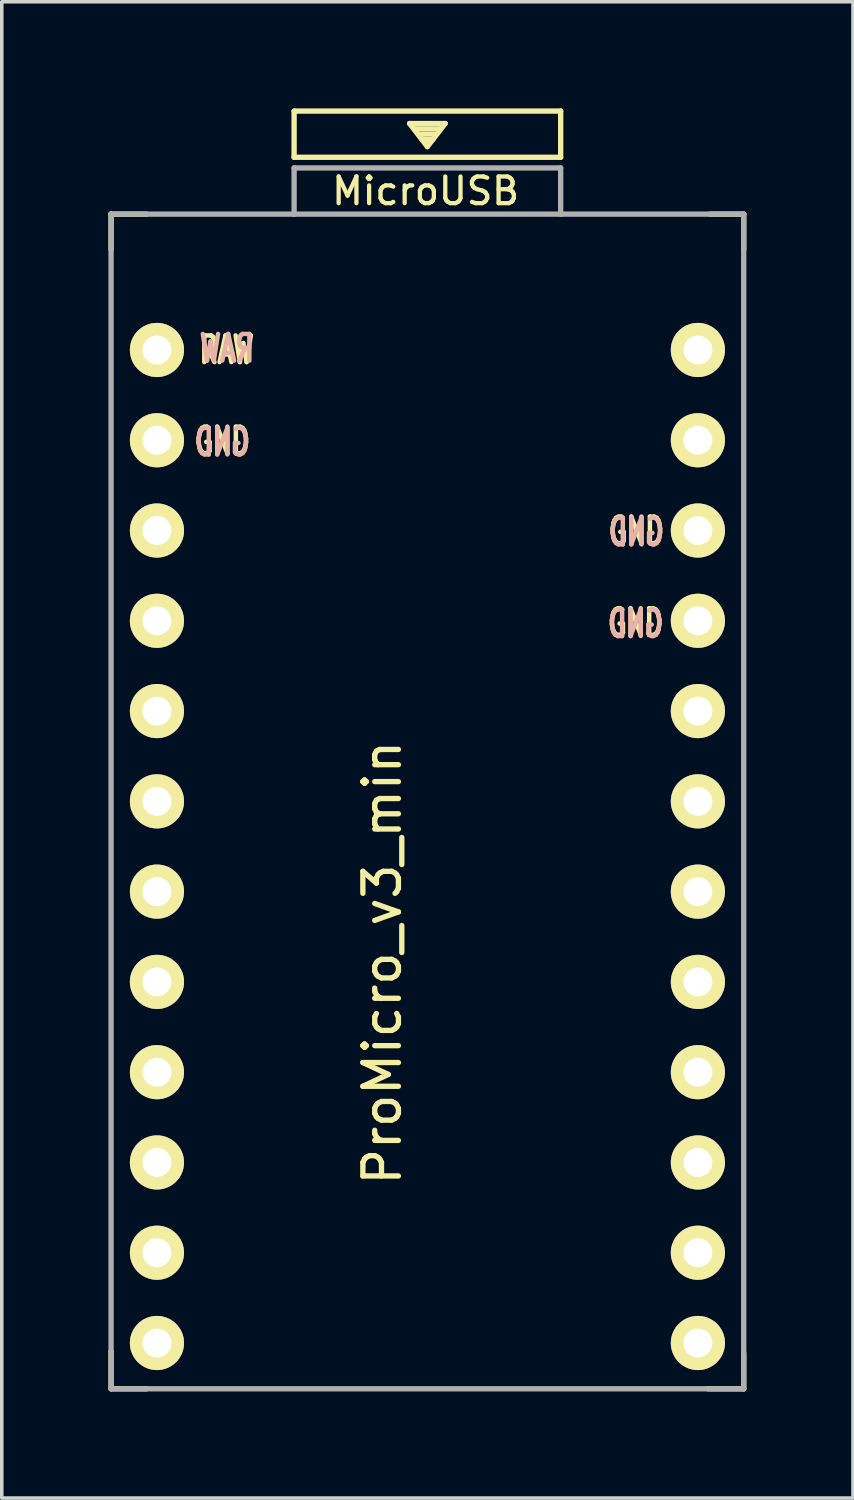
<source format=kicad_pcb>
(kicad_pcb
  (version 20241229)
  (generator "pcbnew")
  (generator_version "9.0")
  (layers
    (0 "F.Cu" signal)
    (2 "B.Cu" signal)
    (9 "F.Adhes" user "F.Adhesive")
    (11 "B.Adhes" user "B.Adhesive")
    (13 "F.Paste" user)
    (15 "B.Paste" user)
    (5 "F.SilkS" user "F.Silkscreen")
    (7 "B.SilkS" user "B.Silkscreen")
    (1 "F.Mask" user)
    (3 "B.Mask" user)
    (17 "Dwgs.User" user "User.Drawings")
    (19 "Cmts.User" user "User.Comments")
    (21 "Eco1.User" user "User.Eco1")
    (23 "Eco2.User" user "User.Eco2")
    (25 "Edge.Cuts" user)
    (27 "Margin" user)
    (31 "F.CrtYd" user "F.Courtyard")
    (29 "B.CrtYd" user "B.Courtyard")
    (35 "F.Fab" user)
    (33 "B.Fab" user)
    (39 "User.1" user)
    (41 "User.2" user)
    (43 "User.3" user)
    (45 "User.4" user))
  (footprint "ProMicro_v3_min"
    (layer "F.Cu")
    (at 8.975 21.275)
    (property "Reference" "ProMicro_v3_min" (at -1.27 2.762 90) (layer "F.SilkS") (effects (font (size 1 1) (thickness 0.15))))
    (attr through_hole)
    (fp_line (start -8.9 -18.3) (end -8.9 -17.3) (stroke (width 0.15) (type solid)) (layer "F.SilkS"))
    (fp_line (start -8.9 -18.3) (end -7.9 -18.3) (stroke (width 0.15) (type solid)) (layer "F.SilkS"))
    (fp_line (start -8.9 13.7) (end -8.9 14.75) (stroke (width 0.15) (type solid)) (layer "F.SilkS"))
    (fp_line (start -8.9 14.75) (end -7.9 14.75) (stroke (width 0.15) (type solid)) (layer "F.SilkS"))
    (fp_line (start -3.75 -21.2) (end -3.75 -19.9) (stroke (width 0.15) (type solid)) (layer "F.SilkS"))
    (fp_line (start -3.75 -19.9) (end 3.75 -19.9) (stroke (width 0.15) (type solid)) (layer "F.SilkS"))
    (fp_line (start -0.5 -20.85) (end 0.5 -20.85) (stroke (width 0.15) (type solid)) (layer "F.SilkS"))
    (fp_line (start -0.35 -20.7) (end 0.35 -20.7) (stroke (width 0.15) (type solid)) (layer "F.SilkS"))
    (fp_line (start -0.25 -20.55) (end 0.25 -20.55) (stroke (width 0.15) (type solid)) (layer "F.SilkS"))
    (fp_line (start -0.15 -20.4) (end 0.15 -20.4) (stroke (width 0.15) (type solid)) (layer "F.SilkS"))
    (fp_line (start 0 -20.2) (end -0.5 -20.85) (stroke (width 0.15) (type solid)) (layer "F.SilkS"))
    (fp_line (start 0.5 -20.85) (end 0 -20.2) (stroke (width 0.15) (type solid)) (layer "F.SilkS"))
    (fp_line (start 3.75 -21.2) (end -3.75 -21.2) (stroke (width 0.15) (type solid)) (layer "F.SilkS"))
    (fp_line (start 3.75 -19.9) (end 3.75 -21.2) (stroke (width 0.15) (type solid)) (layer "F.SilkS"))
    (fp_line (start 8.9 -18.3) (end 7.95 -18.3) (stroke (width 0.15) (type solid)) (layer "F.SilkS"))
    (fp_line (start 8.9 -18.3) (end 8.9 -17.3) (stroke (width 0.15) (type solid)) (layer "F.SilkS"))
    (fp_line (start 8.9 13.75) (end 8.9 14.75) (stroke (width 0.15) (type solid)) (layer "F.SilkS"))
    (fp_line (start 8.9 14.75) (end 7.89 14.75) (stroke (width 0.15) (type solid)) (layer "F.SilkS"))
    (fp_line (start -8.9 -18.3) (end -3.75 -18.3) (stroke (width 0.15) (type solid)) (layer "F.Fab"))
    (fp_line (start -8.9 14.75) (end -8.9 -18.3) (stroke (width 0.15) (type solid)) (layer "F.Fab"))
    (fp_line (start -3.75 -19.6) (end -3.75 -18.299) (stroke (width 0.15) (type solid)) (layer "F.Fab"))
    (fp_line (start -3.75 -19.6) (end 3.75 -19.6) (stroke (width 0.15) (type solid)) (layer "F.Fab"))
    (fp_line (start -3.75 -18.3) (end 3.75 -18.3) (stroke (width 0.15) (type solid)) (layer "F.Fab"))
    (fp_line (start 3.75 -19.6) (end 3.75 -18.3) (stroke (width 0.15) (type solid)) (layer "F.Fab"))
    (fp_line (start 3.76 -18.3) (end 8.9 -18.3) (stroke (width 0.15) (type solid)) (layer "F.Fab"))
    (fp_line (start 8.9 -18.3) (end 8.9 14.75) (stroke (width 0.15) (type solid)) (layer "F.Fab"))
    (fp_line (start 8.9 14.75) (end -8.9 14.75) (stroke (width 0.15) (type solid)) (layer "F.Fab"))
    (fp_text user "GND" (at 5.88 -9.38 0) (layer "F.SilkS") (effects (font (size 0.75 0.5) (thickness 0.125))))
    (fp_text user "GND" (at -5.77 -11.91 0) (layer "F.SilkS") (effects (font (size 0.75 0.5) (thickness 0.125))))
    (fp_text user "" (at -0.5 -17.25 0) (layer "F.SilkS") (effects (font (size 1 1) (thickness 0.15))))
    (fp_text user "RAW" (at -5.646 -14.478 0) (layer "F.SilkS") (effects (font (size 0.75 0.5) (thickness 0.125))))
    (fp_text user "GND" (at 5.86 -6.8 0) (layer "F.SilkS") (effects (font (size 0.75 0.5) (thickness 0.125))))
    (fp_text user "MicroUSB" (at -0.05 -18.95 0) (layer "F.SilkS") (effects (font (size 0.75 0.75) (thickness 0.12))))
    (fp_text user "GND" (at 5.88 -9.35 0) (layer "B.SilkS") (effects (font (size 0.75 0.5) (thickness 0.125)) (justify mirror)))
    (fp_text user "RAW" (at -5.64 -14.52 0) (unlocked yes) (layer "B.SilkS") (effects (font (size 0.75 0.5) (thickness 0.125)) (justify mirror)))
    (fp_text user "" (at -1.206 -16.256 0) (layer "B.SilkS") (effects (font (size 1 1) (thickness 0.15)) (justify mirror)))
    (fp_text user "GND" (at 5.86 -6.77 0) (layer "B.SilkS") (effects (font (size 0.75 0.5) (thickness 0.125)) (justify mirror)))
    (fp_text user "GND" (at -5.77 -11.88 0) (layer "B.SilkS") (effects (font (size 0.75 0.5) (thickness 0.125)) (justify mirror)))
    (pad "1" thru_hole circle (at 7.611 -14.478) (size 1.524 1.524) (drill 0.813) (layers "*.Cu" "B.Mask" "F.SilkS"))
    (pad "2" thru_hole circle (at 7.611 -11.938) (size 1.524 1.524) (drill 0.813) (layers "*.Cu" "B.Mask" "F.SilkS"))
    (pad "3" thru_hole circle (at 7.611 -9.398) (size 1.524 1.524) (drill 0.813) (layers "*.Cu" "B.Mask" "F.SilkS"))
    (pad "4" thru_hole circle (at 7.611 -6.858) (size 1.524 1.524) (drill 0.813) (layers "*.Cu" "B.Mask" "F.SilkS"))
    (pad "5" thru_hole circle (at 7.611 -4.318) (size 1.524 1.524) (drill 0.813) (layers "*.Cu" "B.Mask" "F.SilkS"))
    (pad "6" thru_hole circle (at 7.611 -1.778) (size 1.524 1.524) (drill 0.813) (layers "*.Cu" "B.Mask" "F.SilkS"))
    (pad "7" thru_hole circle (at 7.611 0.762) (size 1.524 1.524) (drill 0.813) (layers "*.Cu" "B.Mask" "F.SilkS"))
    (pad "8" thru_hole circle (at 7.611 3.302) (size 1.524 1.524) (drill 0.813) (layers "*.Cu" "B.Mask" "F.SilkS"))
    (pad "9" thru_hole circle (at 7.611 5.842) (size 1.524 1.524) (drill 0.813) (layers "*.Cu" "B.Mask" "F.SilkS"))
    (pad "10" thru_hole circle (at 7.611 8.382) (size 1.524 1.524) (drill 0.813) (layers "*.Cu" "B.Mask" "F.SilkS"))
    (pad "11" thru_hole circle (at 7.611 10.922) (size 1.524 1.524) (drill 0.813) (layers "*.Cu" "B.Mask" "F.SilkS"))
    (pad "12" thru_hole circle (at 7.611 13.462) (size 1.524 1.524) (drill 0.813) (layers "*.Cu" "B.Mask" "F.SilkS"))
    (pad "13" thru_hole circle (at -7.609 13.462) (size 1.524 1.524) (drill 0.813) (layers "*.Cu" "B.Mask" "F.SilkS"))
    (pad "14" thru_hole circle (at -7.609 10.922) (size 1.524 1.524) (drill 0.813) (layers "*.Cu" "B.Mask" "F.SilkS"))
    (pad "15" thru_hole circle (at -7.609 8.382) (size 1.524 1.524) (drill 0.813) (layers "*.Cu" "B.Mask" "F.SilkS"))
    (pad "16" thru_hole circle (at -7.609 5.842) (size 1.524 1.524) (drill 0.813) (layers "*.Cu" "B.Mask" "F.SilkS"))
    (pad "17" thru_hole circle (at -7.609 3.302) (size 1.524 1.524) (drill 0.813) (layers "*.Cu" "B.Mask" "F.SilkS"))
    (pad "18" thru_hole circle (at -7.609 0.762) (size 1.524 1.524) (drill 0.813) (layers "*.Cu" "B.Mask" "F.SilkS"))
    (pad "19" thru_hole circle (at -7.609 -1.778) (size 1.524 1.524) (drill 0.813) (layers "*.Cu" "B.Mask" "F.SilkS"))
    (pad "20" thru_hole circle (at -7.609 -4.318) (size 1.524 1.524) (drill 0.813) (layers "*.Cu" "B.Mask" "F.SilkS"))
    (pad "21" thru_hole circle (at -7.609 -6.858) (size 1.524 1.524) (drill 0.813) (layers "*.Cu" "B.Mask" "F.SilkS"))
    (pad "22" thru_hole circle (at -7.609 -9.398) (size 1.524 1.524) (drill 0.813) (layers "*.Cu" "B.Mask" "F.SilkS"))
    (pad "23" thru_hole circle (at -7.609 -11.938) (size 1.524 1.524) (drill 0.813) (layers "*.Cu" "B.Mask" "F.SilkS"))
    (pad "24" thru_hole circle (at -7.609 -14.478) (size 1.524 1.524) (drill 0.813) (layers "*.Cu" "B.Mask" "F.SilkS")))
  (gr_rect
    (start -3 -3)
    (end 20.95 39.1)
    (stroke (width 0.1) (type default))
    (fill no)
    (layer "Edge.Cuts")))
</source>
